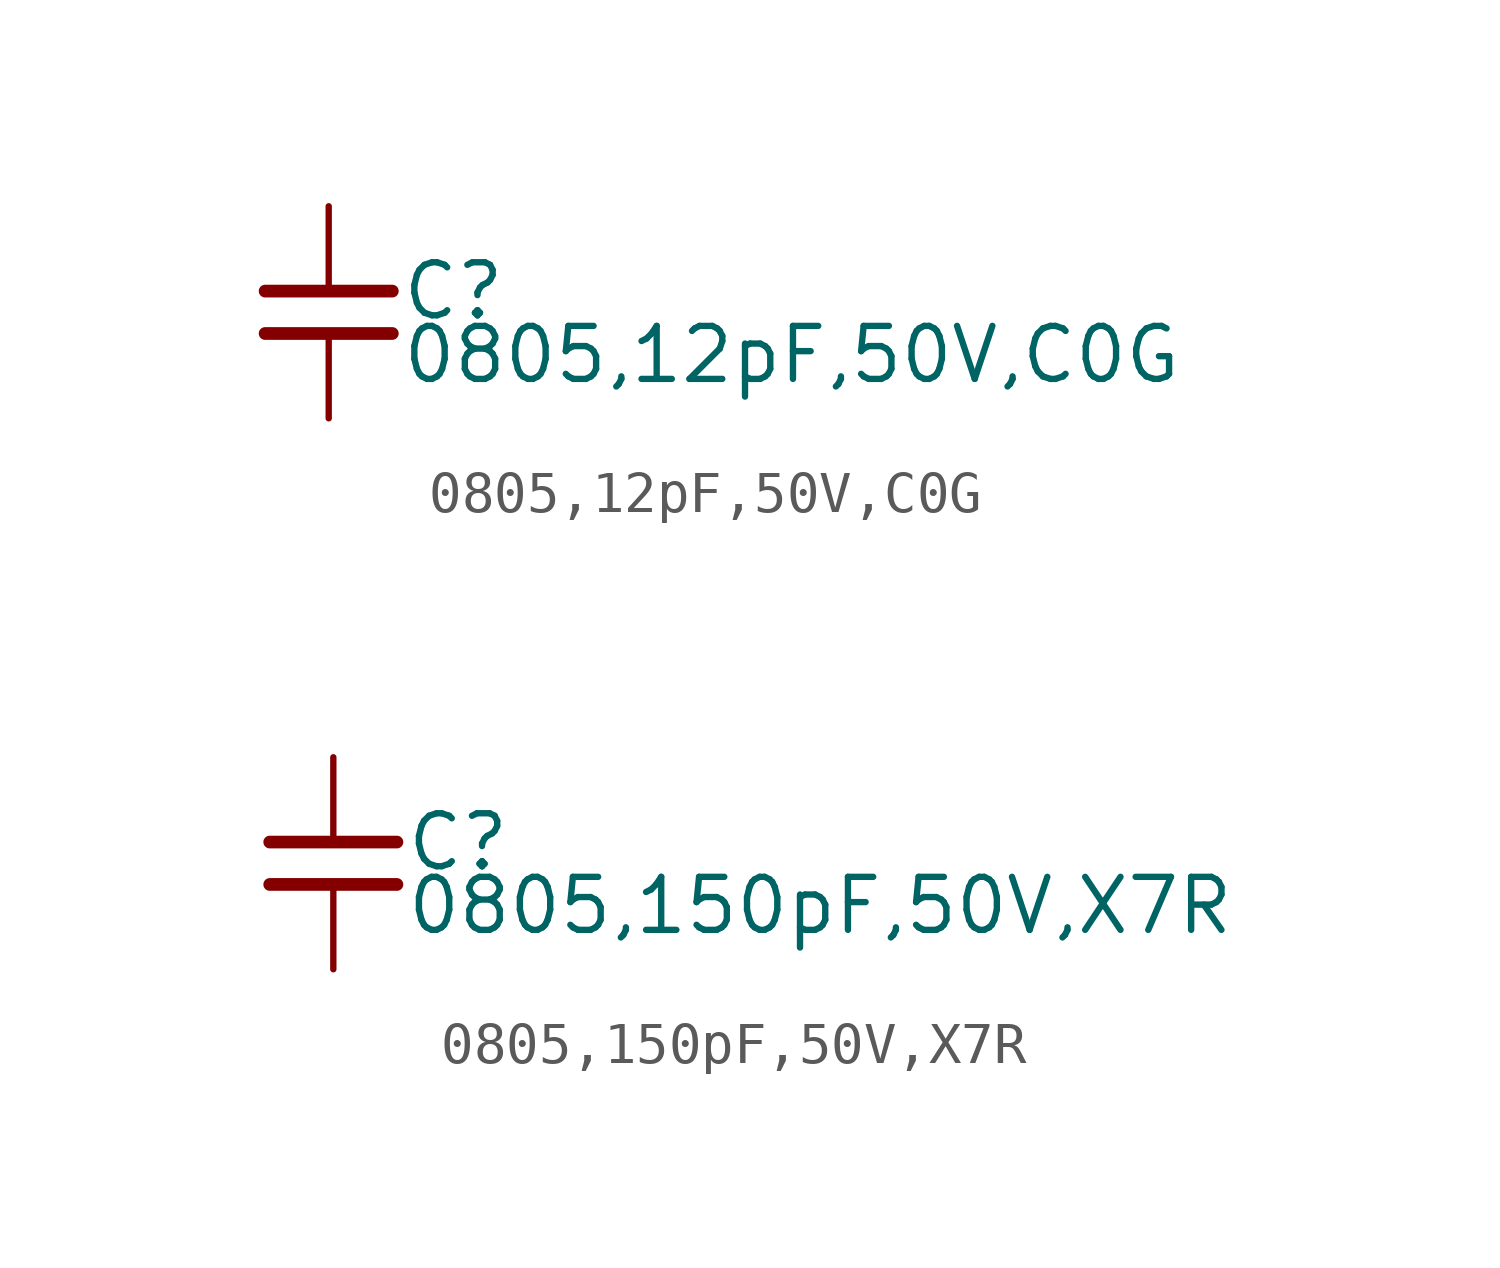
<source format=kicad_sym>
(kicad_symbol_lib
  (version 20220914)
  (generator kicad_symbol_editor)
  (symbol "0805,12pF,50V,C0G "
    (property "Reference" "C"
      (at 1.71 0.508 0)
      (effects (font (size 1.27 1.27)) (justify left)))
    (property "Value" "0805,12pF,50V,C0G "
      (at 1.71 -1.016 0)
      (effects (font (size 1.27 1.27)) (justify left)))
    (property "ki_locked" ""
      (at 0 0 0)
      (effects (font (size 1.27 1.27))))
    (symbol "0805,12pF,50V,C0G _0_0"
      (polyline (pts (xy -1.524 -0.508) (xy 1.524 -0.508)) (stroke (width 0.305) (type default)) (fill (type none)))
      (polyline (pts (xy -1.524 0.508) (xy 1.524 0.508)) (stroke (width 0.305) (type default)) (fill (type none)))
      (pin passive line (at 0 2.54 270) (length 2.032) (name "~" (effects (font (size 0 0)))) (number "1" (effects (font (size 0 0)))))
      (pin passive line (at 0 -2.54 90) (length 2.032) (name "~" (effects (font (size 0 0)))) (number "2" (effects (font (size 0 0)))))))
  (symbol "0805,150pF,50V,X7R "
    (property "Reference" "C"
      (at 1.71 0.508 0)
      (effects (font (size 1.27 1.27)) (justify left)))
    (property "Value" "0805,150pF,50V,X7R "
      (at 1.71 -1.016 0)
      (effects (font (size 1.27 1.27)) (justify left)))
    (property "ki_locked" ""
      (at 0 0 0)
      (effects (font (size 1.27 1.27))))
    (symbol "0805,150pF,50V,X7R _0_0"
      (polyline (pts (xy -1.524 -0.508) (xy 1.524 -0.508)) (stroke (width 0.305) (type default)) (fill (type none)))
      (polyline (pts (xy -1.524 0.508) (xy 1.524 0.508)) (stroke (width 0.305) (type default)) (fill (type none)))
      (pin passive line (at 0 2.54 270) (length 2.032) (name "~" (effects (font (size 0 0)))) (number "1" (effects (font (size 0 0)))))
      (pin passive line (at 0 -2.54 90) (length 2.032) (name "~" (effects (font (size 0 0)))) (number "2" (effects (font (size 0 0))))))))
</source>
